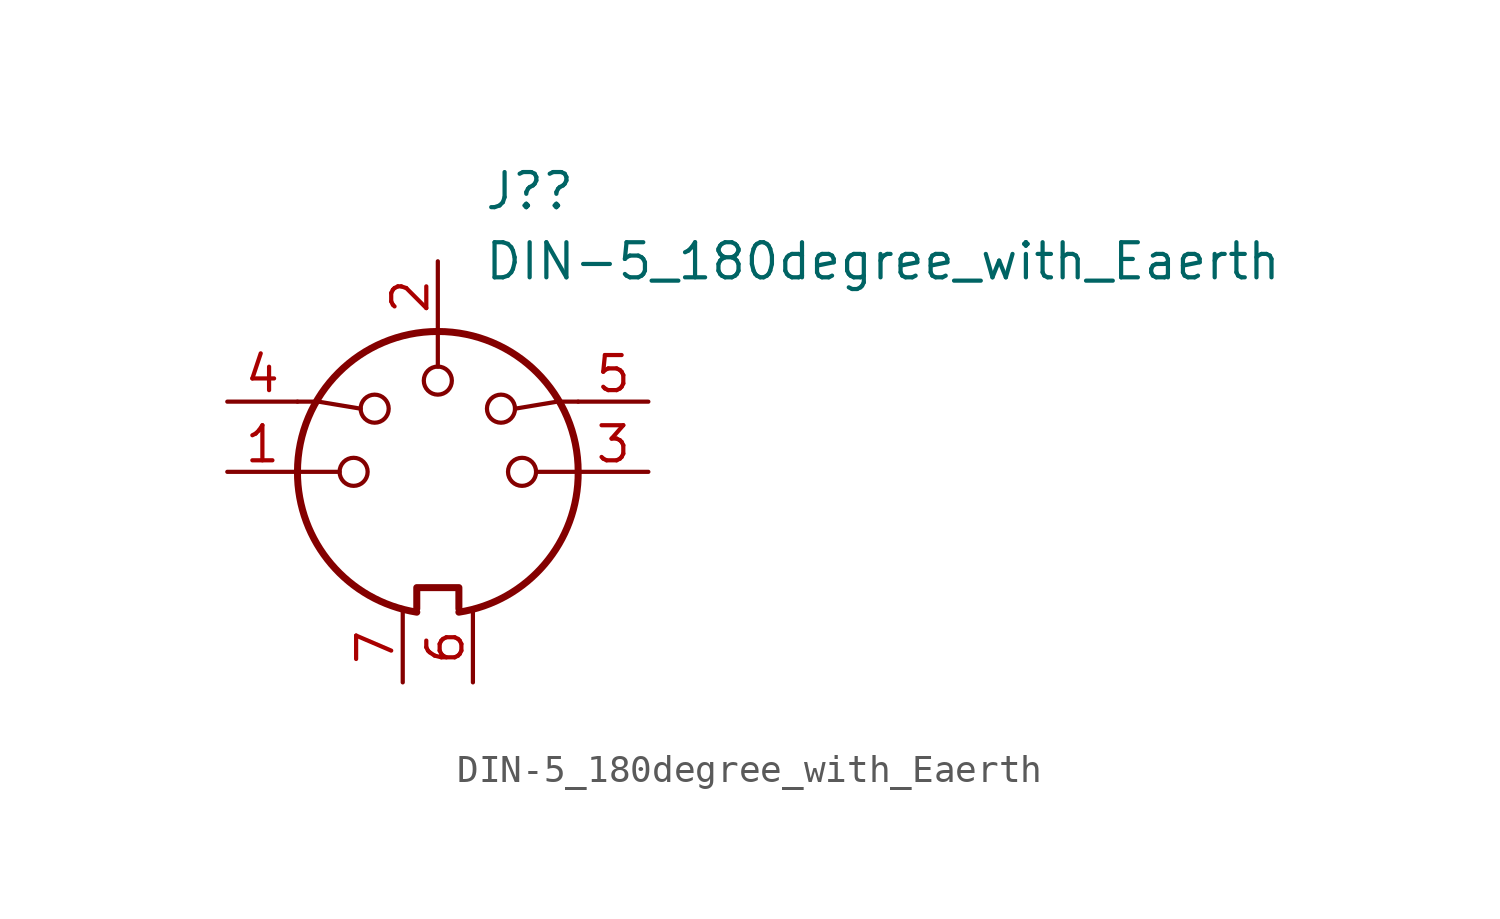
<source format=kicad_sym>
(kicad_symbol_lib
  (version 20211014)
  (generator kicad_symbol_editor)
  (symbol "DIN-5_180degree_with_Eaerth"
    (pin_names
      (offset 1.016))
    (property "Reference" "J?"
      (at 1.651 10.16 0)
      (effects (font (size 1.27 1.27)) (justify left)))
    (property "Value" "DIN-5_180degree_with_Eaerth"
      (at 1.651 7.62 0)
      (effects (font (size 1.27 1.27)) (justify left)))
    (symbol "DIN-5_180degree_with_Eaerth_0_0"
      (pin passive line (at 1.27 -7.62 90) (length 2.54) (name "~" (effects (font (size 1.27 1.27)))) (number "6" (effects (font (size 1.27 1.27)))))
      (pin passive line (at -1.27 -7.62 90) (length 2.54) (name "~" (effects (font (size 1.27 1.27)))) (number "7" (effects (font (size 1.27 1.27))))))
    (symbol "DIN-5_180degree_with_Eaerth_0_1"
      (arc (start -5.08 0) (mid -3.8609 -3.3364) (end -0.762 -5.08) (stroke (width 0.254) (type default) (color 0 0 0 0)) (fill (type none)))
      (circle (center -3.048 0) (radius 0.508) (stroke (width 0) (type default) (color 0 0 0 0)) (fill (type none)))
      (circle (center -2.286 2.286) (radius 0.508) (stroke (width 0) (type default) (color 0 0 0 0)) (fill (type none)))
      (polyline (pts (xy -5.08 0) (xy -3.556 0)) (stroke (width 0) (type default) (color 0 0 0 0)) (fill (type none)))
      (polyline (pts (xy 0 5.08) (xy 0 3.81)) (stroke (width 0) (type default) (color 0 0 0 0)) (fill (type none)))
      (polyline (pts (xy 5.08 0) (xy 3.556 0)) (stroke (width 0) (type default) (color 0 0 0 0)) (fill (type none)))
      (polyline (pts (xy -5.08 2.54) (xy -4.318 2.54) (xy -2.794 2.286)) (stroke (width 0) (type default) (color 0 0 0 0)) (fill (type none)))
      (polyline (pts (xy 5.08 2.54) (xy 4.318 2.54) (xy 2.794 2.286)) (stroke (width 0) (type default) (color 0 0 0 0)) (fill (type none)))
      (polyline (pts (xy -0.762 -4.953) (xy -0.762 -4.191) (xy 0.762 -4.191) (xy 0.762 -4.953)) (stroke (width 0.254) (type default) (color 0 0 0 0)) (fill (type none)))
      (circle (center 0 3.302) (radius 0.508) (stroke (width 0) (type default) (color 0 0 0 0)) (fill (type none)))
      (arc (start 0.762 -5.08) (mid 3.8685 -3.343) (end 5.08 0) (stroke (width 0.254) (type default) (color 0 0 0 0)) (fill (type none)))
      (circle (center 2.286 2.286) (radius 0.508) (stroke (width 0) (type default) (color 0 0 0 0)) (fill (type none)))
      (circle (center 3.048 0) (radius 0.508) (stroke (width 0) (type default) (color 0 0 0 0)) (fill (type none)))
      (arc (start 5.08 0) (mid 0 5.08) (end -5.08 0) (stroke (width 0.254) (type default) (color 0 0 0 0)) (fill (type none))))
    (symbol "DIN-5_180degree_with_Eaerth_1_1"
      (pin passive line (at -7.62 0 0) (length 2.54) (name "~" (effects (font (size 1.27 1.27)))) (number "1" (effects (font (size 1.27 1.27)))))
      (pin passive line (at 0 7.62 270) (length 2.54) (name "~" (effects (font (size 1.27 1.27)))) (number "2" (effects (font (size 1.27 1.27)))))
      (pin passive line (at 7.62 0 180) (length 2.54) (name "~" (effects (font (size 1.27 1.27)))) (number "3" (effects (font (size 1.27 1.27)))))
      (pin passive line (at -7.62 2.54 0) (length 2.54) (name "~" (effects (font (size 1.27 1.27)))) (number "4" (effects (font (size 1.27 1.27)))))
      (pin passive line (at 7.62 2.54 180) (length 2.54) (name "~" (effects (font (size 1.27 1.27)))) (number "5" (effects (font (size 1.27 1.27))))))))
</source>
